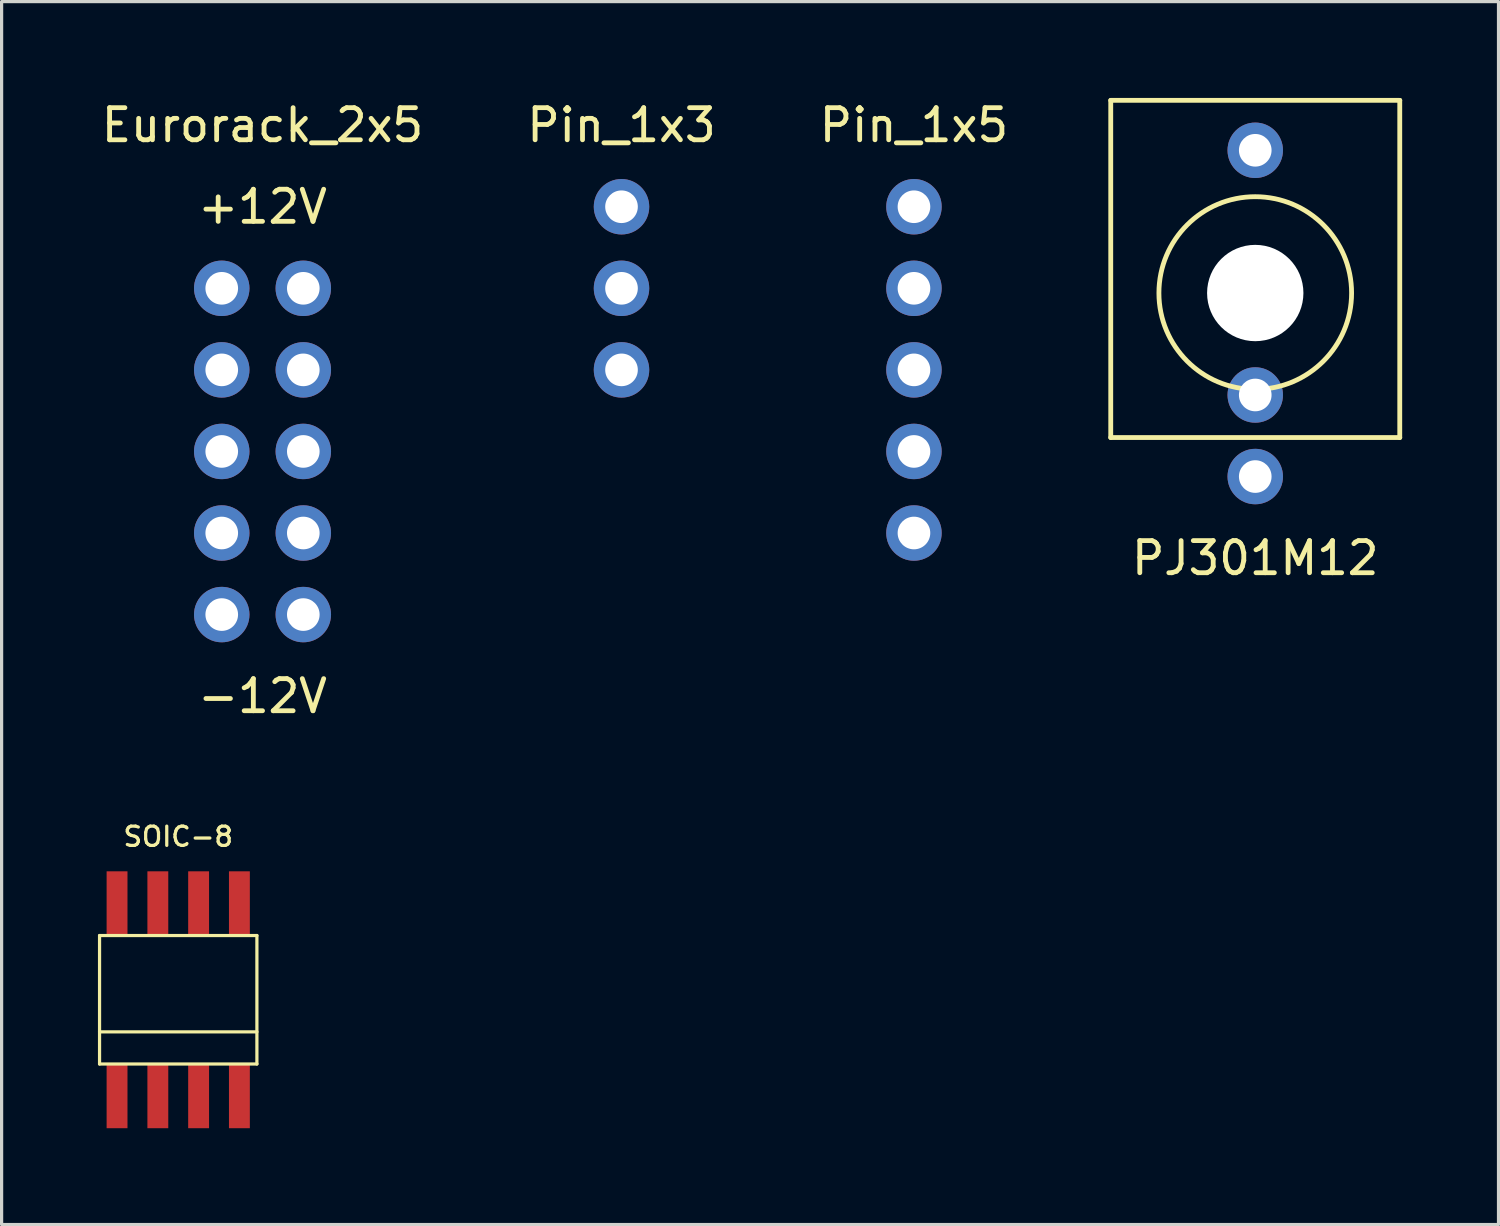
<source format=kicad_pcb>
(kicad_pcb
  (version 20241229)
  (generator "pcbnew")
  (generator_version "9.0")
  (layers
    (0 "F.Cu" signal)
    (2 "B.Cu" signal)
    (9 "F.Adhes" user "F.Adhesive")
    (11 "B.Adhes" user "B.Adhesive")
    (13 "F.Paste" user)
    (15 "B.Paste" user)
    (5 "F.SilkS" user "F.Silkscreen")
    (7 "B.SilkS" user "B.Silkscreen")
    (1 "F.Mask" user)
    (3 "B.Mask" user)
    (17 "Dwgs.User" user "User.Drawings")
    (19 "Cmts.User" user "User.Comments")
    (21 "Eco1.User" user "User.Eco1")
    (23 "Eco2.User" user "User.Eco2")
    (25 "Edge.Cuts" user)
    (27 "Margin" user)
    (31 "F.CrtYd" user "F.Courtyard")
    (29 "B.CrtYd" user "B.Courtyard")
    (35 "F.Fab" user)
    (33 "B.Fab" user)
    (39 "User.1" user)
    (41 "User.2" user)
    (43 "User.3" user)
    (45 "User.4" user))
  (footprint "Pin_1x3"
    (layer "F.Cu")
    (at 16.304 5.928)
    (property "Reference" "Pin_1x3" (at 0 -5.08 0) (layer "F.SilkS") (effects (font (size 1 1) (thickness 0.15))))
    (attr through_hole)
    (pad "1" thru_hole circle (at 0 -2.54) (size 1.727 1.727) (drill 1.016) (layers "*.Cu" "*.Mask"))
    (pad "2" thru_hole circle (at 0 0) (size 1.727 1.727) (drill 1.016) (layers "*.Cu" "*.Mask"))
    (pad "3" thru_hole circle (at 0 2.54) (size 1.727 1.727) (drill 1.016) (layers "*.Cu" "*.Mask")))
  (footprint "PJ301M12"
    (layer "F.Cu")
    (at 36.039 6.075)
    (property "Reference" "PJ301M12" (at 0 8.255 0) (layer "F.SilkS") (effects (font (size 1 1) (thickness 0.15))))
    (attr through_hole)
    (fp_line (start -4.5 -6) (end 4.5 -6) (stroke (width 0.15) (type solid)) (layer "F.SilkS"))
    (fp_line (start -4.5 4.5) (end -4.5 -6) (stroke (width 0.15) (type solid)) (layer "F.SilkS"))
    (fp_line (start 4.5 -6) (end 4.5 4.5) (stroke (width 0.15) (type solid)) (layer "F.SilkS"))
    (fp_line (start 4.5 4.5) (end -4.5 4.5) (stroke (width 0.15) (type solid)) (layer "F.SilkS"))
    (fp_circle (center 0 0) (end 3 0) (stroke (width 0.15) (type solid)) (fill no) (layer "F.SilkS"))
    (pad "" np_thru_hole circle (at 0 0) (size 3 3) (drill 3) (layers "*.Cu" "*.Mask"))
    (pad "1" thru_hole circle (at 0 5.715) (size 1.727 1.727) (drill 1.016) (layers "*.Cu" "*.Mask"))
    (pad "2" thru_hole circle (at 0 3.175) (size 1.727 1.727) (drill 1.016) (layers "*.Cu" "*.Mask"))
    (pad "3" thru_hole circle (at 0 -4.445) (size 1.727 1.727) (drill 1.016) (layers "*.Cu" "*.Mask")))
  (footprint "Pin_1x5"
    (layer "F.Cu")
    (at 25.411 8.468)
    (property "Reference" "Pin_1x5" (at 0 -7.62 0) (layer "F.SilkS") (effects (font (size 1 1) (thickness 0.15))))
    (attr through_hole)
    (pad "1" thru_hole circle (at 0 -5.08) (size 1.727 1.727) (drill 1.016) (layers "*.Cu" "*.Mask"))
    (pad "2" thru_hole circle (at 0 -2.54) (size 1.727 1.727) (drill 1.016) (layers "*.Cu" "*.Mask"))
    (pad "3" thru_hole circle (at 0 0) (size 1.727 1.727) (drill 1.016) (layers "*.Cu" "*.Mask"))
    (pad "4" thru_hole circle (at 0 2.54) (size 1.727 1.727) (drill 1.016) (layers "*.Cu" "*.Mask"))
    (pad "5" thru_hole circle (at 0 5.08) (size 1.727 1.727) (drill 1.016) (layers "*.Cu" "*.Mask")))
  (footprint "SOIC-8"
    (layer "F.Cu")
    (at 2.5 28.083)
    (property "Reference" "SOIC-8" (at 0 -5.08 0) (layer "F.SilkS") (effects (font (size 0.6 0.6) (thickness 0.1))))
    (attr through_hole)
    (fp_line (start -2.45 -2) (end 2.45 -2) (stroke (width 0.1) (type solid)) (layer "F.SilkS"))
    (fp_line (start -2.45 2) (end -2.45 -2) (stroke (width 0.1) (type solid)) (layer "F.SilkS"))
    (fp_line (start 2.45 -2) (end 2.45 2) (stroke (width 0.1) (type solid)) (layer "F.SilkS"))
    (fp_line (start 2.45 1) (end -2.45 1) (stroke (width 0.1) (type solid)) (layer "F.SilkS"))
    (fp_line (start 2.45 2) (end -2.45 2) (stroke (width 0.1) (type solid)) (layer "F.SilkS"))
    (pad "1" smd rect (at -1.905 3) (size 0.65 2) (layers "F.Cu" "F.Mask" "F.Paste"))
    (pad "2" smd rect (at -0.635 3) (size 0.65 2) (layers "F.Cu" "F.Mask" "F.Paste"))
    (pad "3" smd rect (at 0.635 3) (size 0.65 2) (layers "F.Cu" "F.Mask" "F.Paste"))
    (pad "4" smd rect (at 1.905 3) (size 0.65 2) (layers "F.Cu" "F.Mask" "F.Paste"))
    (pad "5" smd rect (at 1.905 -3) (size 0.65 2) (layers "F.Cu" "F.Mask" "F.Paste"))
    (pad "6" smd rect (at 0.635 -3) (size 0.65 2) (layers "F.Cu" "F.Mask" "F.Paste"))
    (pad "7" smd rect (at -0.635 -3) (size 0.65 2) (layers "F.Cu" "F.Mask" "F.Paste"))
    (pad "8" smd rect (at -1.905 -3) (size 0.65 2) (layers "F.Cu" "F.Mask" "F.Paste")))
  (footprint "Eurorack_2x5"
    (layer "F.Cu")
    (at 5.125 11.008)
    (property "Reference" "Eurorack_2x5" (at 0 -10.16 0) (layer "F.SilkS") (effects (font (size 1 1) (thickness 0.15))))
    (attr through_hole)
    (fp_text user "-12V" (at 0 7.62 0) (layer "F.SilkS") (effects (font (size 1 1) (thickness 0.15))))
    (fp_text user "+12V" (at 0 -7.62 0) (layer "F.SilkS") (effects (font (size 1 1) (thickness 0.15))))
    (pad "1" thru_hole circle (at -1.27 5.08) (size 1.727 1.727) (drill 1.016) (layers "*.Cu" "*.Mask"))
    (pad "1" thru_hole circle (at 1.27 5.08) (size 1.727 1.727) (drill 1.016) (layers "*.Cu" "*.Mask"))
    (pad "2" thru_hole circle (at -1.27 -2.54) (size 1.727 1.727) (drill 1.016) (layers "*.Cu" "*.Mask"))
    (pad "2" thru_hole circle (at -1.27 0) (size 1.727 1.727) (drill 1.016) (layers "*.Cu" "*.Mask"))
    (pad "2" thru_hole circle (at -1.27 2.54) (size 1.727 1.727) (drill 1.016) (layers "*.Cu" "*.Mask"))
    (pad "2" thru_hole circle (at 1.27 -2.54) (size 1.727 1.727) (drill 1.016) (layers "*.Cu" "*.Mask"))
    (pad "2" thru_hole circle (at 1.27 0) (size 1.727 1.727) (drill 1.016) (layers "*.Cu" "*.Mask"))
    (pad "2" thru_hole circle (at 1.27 2.54) (size 1.727 1.727) (drill 1.016) (layers "*.Cu" "*.Mask"))
    (pad "3" thru_hole circle (at -1.27 -5.08) (size 1.727 1.727) (drill 1.016) (layers "*.Cu" "*.Mask"))
    (pad "3" thru_hole circle (at 1.27 -5.08) (size 1.727 1.727) (drill 1.016) (layers "*.Cu" "*.Mask")))
  (gr_rect
    (start -3 -3)
    (end 43.614 35.083)
    (stroke (width 0.1) (type default))
    (fill no)
    (layer "Edge.Cuts")))
</source>
